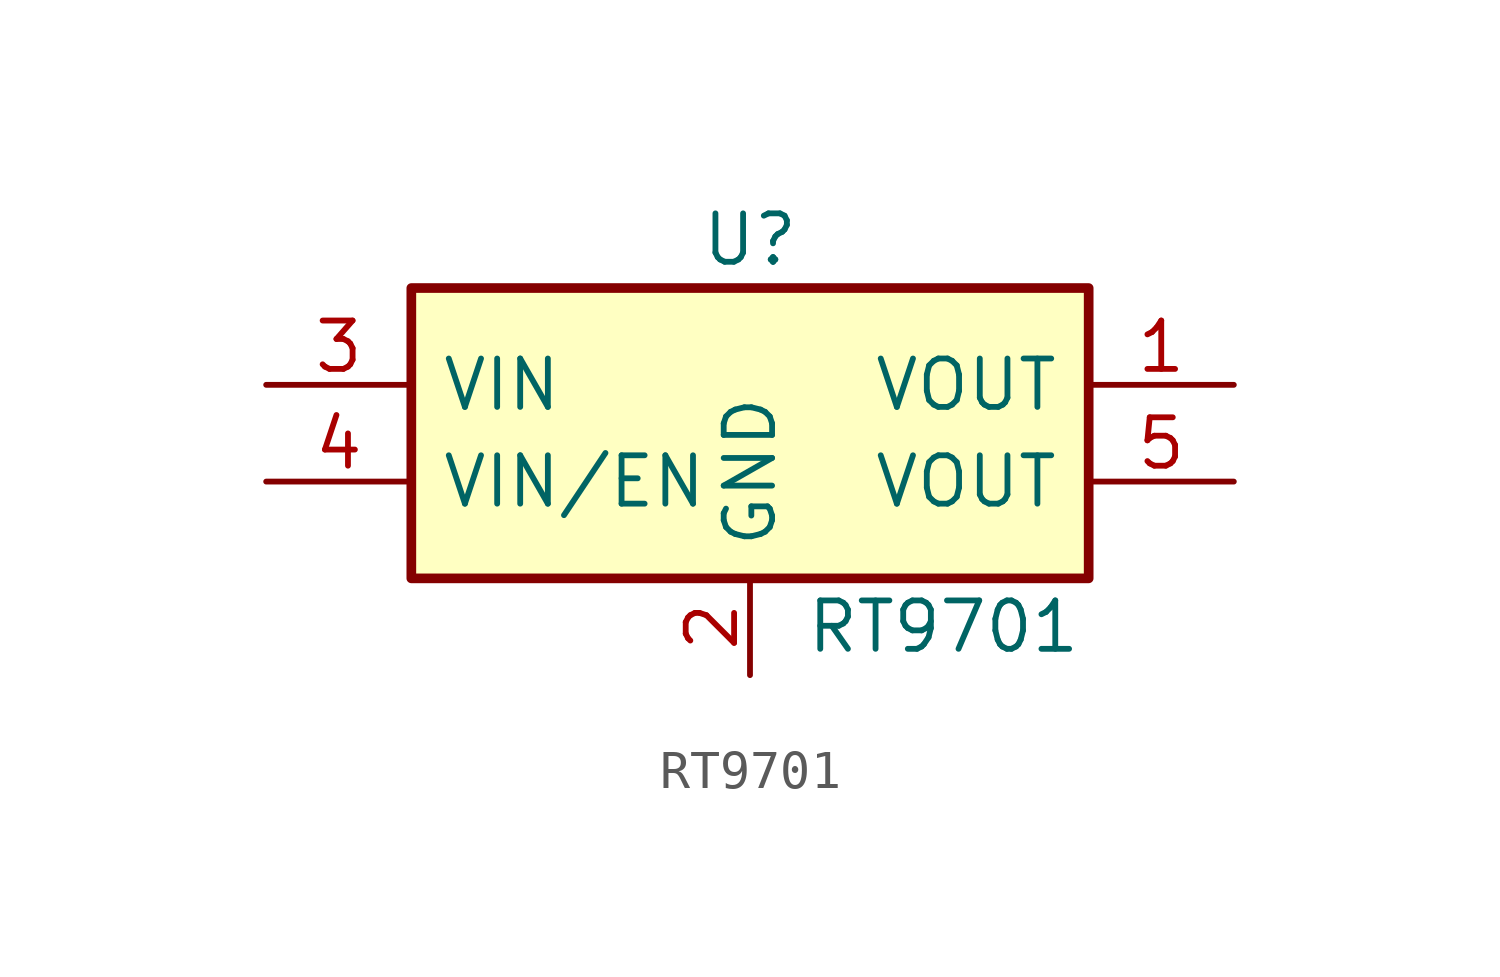
<source format=kicad_sym>
(kicad_symbol_lib
  (version 20211014)
  (generator kicad_symbol_editor)
  (symbol "RT9701"
    (pin_names
      (offset 0.762))
    (property "Reference" "U"
      (at 0 6.35 0)
      (effects (font (size 1.27 1.27))))
    (property "Value" "RT9701"
      (at 5.08 -3.81 0)
      (effects (font (size 1.27 1.27))))
    (symbol "RT9701_0_1"
      (rectangle (start -8.89 5.08) (end 8.89 -2.54) (stroke (width 0.254) (type default) (color 0 0 0 0)) (fill (type background))))
    (symbol "RT9701_1_1"
      (pin power_out line (at 12.7 2.54 180) (length 3.81) (name "VOUT" (effects (font (size 1.27 1.27)))) (number "1" (effects (font (size 1.27 1.27)))))
      (pin power_in line (at 0 -5.08 90) (length 2.54) (name "GND" (effects (font (size 1.27 1.27)))) (number "2" (effects (font (size 1.27 1.27)))))
      (pin power_in line (at -12.7 2.54 0) (length 3.81) (name "VIN" (effects (font (size 1.27 1.27)))) (number "3" (effects (font (size 1.27 1.27)))))
      (pin input line (at -12.7 0 0) (length 3.81) (name "VIN/EN" (effects (font (size 1.27 1.27)))) (number "4" (effects (font (size 1.27 1.27)))))
      (pin passive line (at 12.7 0 180) (length 3.81) (name "VOUT" (effects (font (size 1.27 1.27)))) (number "5" (effects (font (size 1.27 1.27))))))))
</source>
